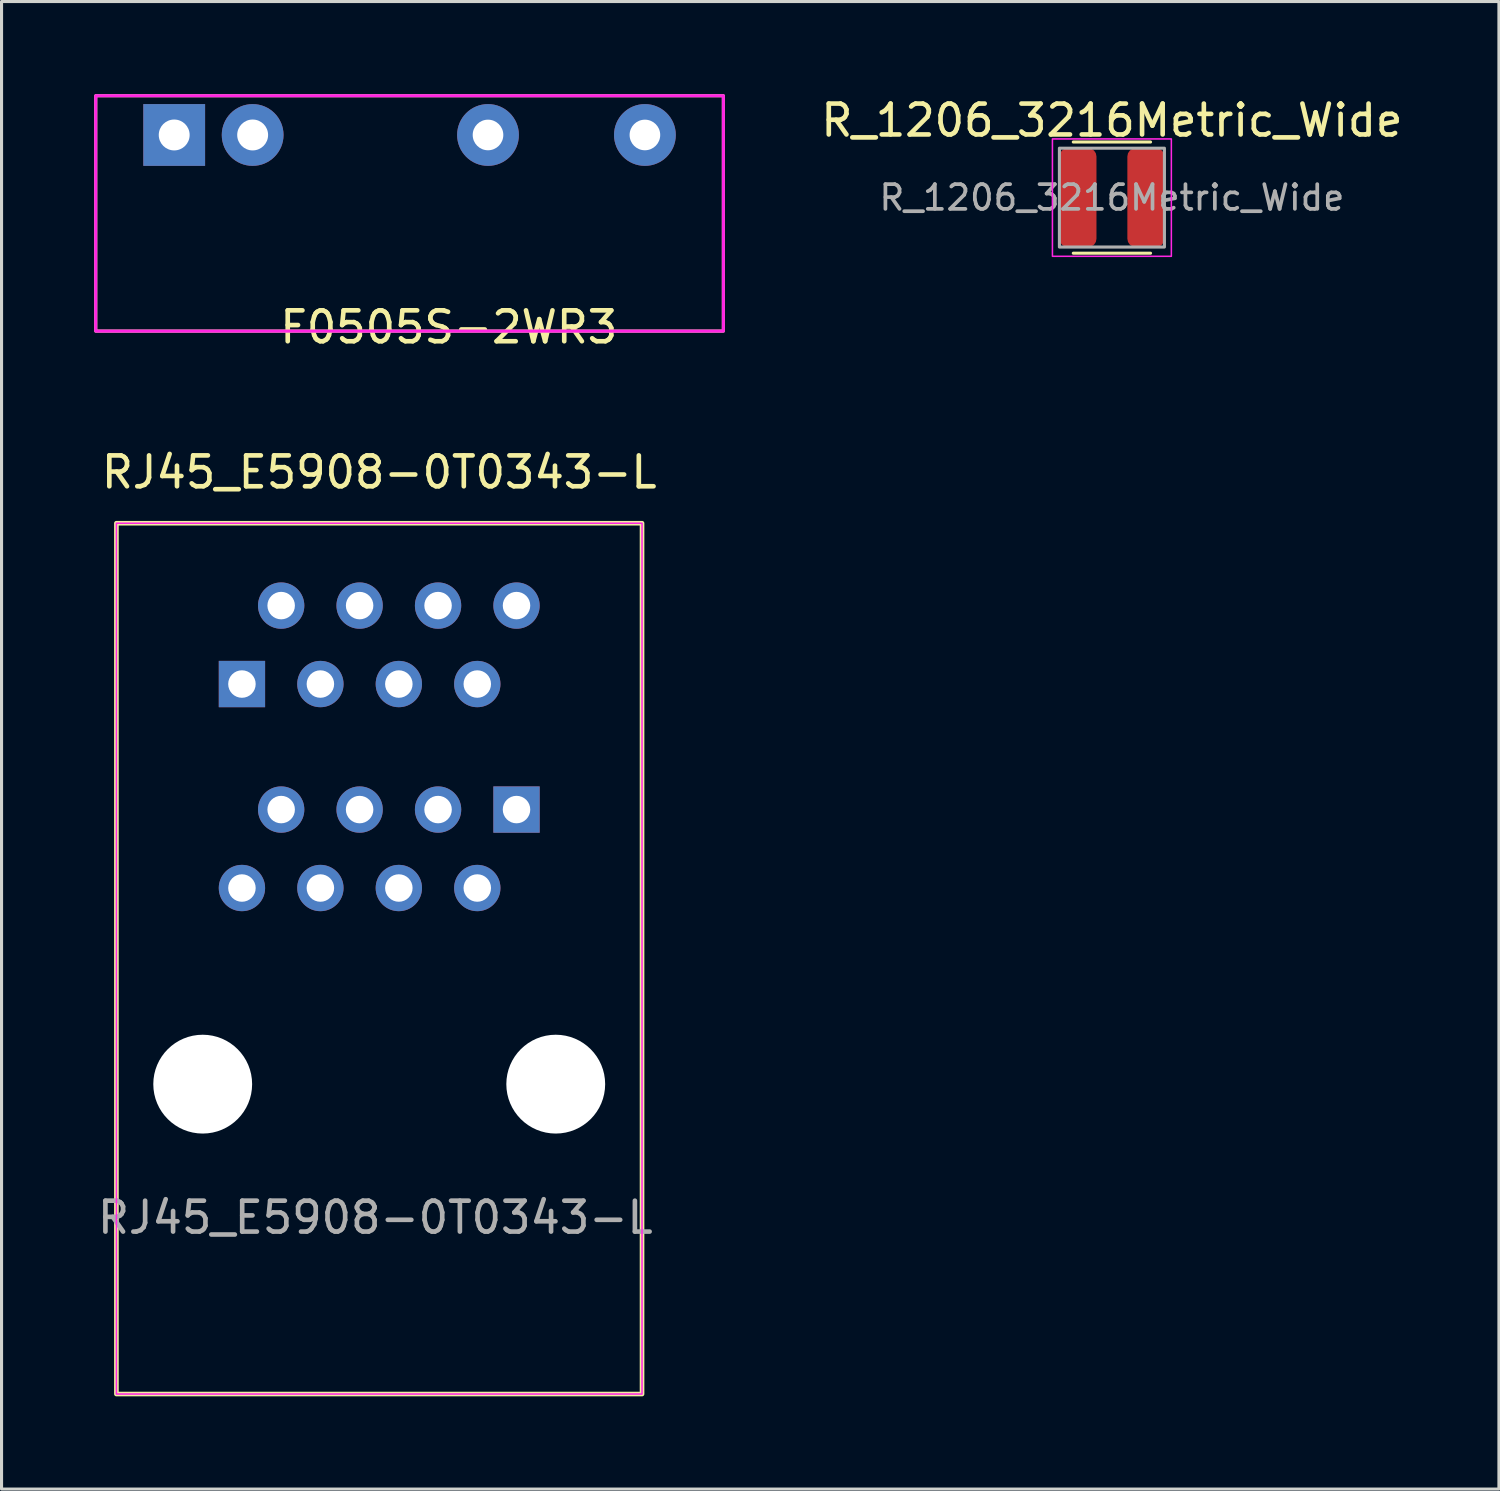
<source format=kicad_pcb>
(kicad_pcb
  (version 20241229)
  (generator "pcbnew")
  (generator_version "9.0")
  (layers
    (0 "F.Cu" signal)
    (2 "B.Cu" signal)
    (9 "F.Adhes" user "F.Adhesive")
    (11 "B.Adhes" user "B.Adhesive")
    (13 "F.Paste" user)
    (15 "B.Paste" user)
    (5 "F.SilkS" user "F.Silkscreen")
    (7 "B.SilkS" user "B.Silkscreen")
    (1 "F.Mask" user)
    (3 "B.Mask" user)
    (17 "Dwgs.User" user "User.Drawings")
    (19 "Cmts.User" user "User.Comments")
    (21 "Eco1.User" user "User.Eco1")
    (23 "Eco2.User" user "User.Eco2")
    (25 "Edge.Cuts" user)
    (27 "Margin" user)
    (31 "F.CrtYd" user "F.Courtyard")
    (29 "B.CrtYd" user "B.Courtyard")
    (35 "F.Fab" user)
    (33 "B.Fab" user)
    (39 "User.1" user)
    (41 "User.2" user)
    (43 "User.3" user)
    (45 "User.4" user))
  (footprint "R_1206_3216Metric_Wide"
    (layer "F.Cu")
    (at 32.95 3.348)
    (property "Reference" "R_1206_3216Metric_Wide" (at 0 -2.5 0) (layer "F.SilkS") (effects (font (size 1 1) (thickness 0.15))))
    (attr smd)
    (fp_line (start -1.25 -1.8) (end 1.25 -1.8) (stroke (width 0.1) (type default)) (layer "F.SilkS"))
    (fp_line (start -1.25 1.8) (end 1.25 1.8) (stroke (width 0.1) (type default)) (layer "F.SilkS"))
    (fp_rect (start -1.926 -1.9) (end 1.924 1.9) (stroke (width 0.05) (type default)) (fill no) (layer "F.CrtYd"))
    (fp_rect (start -1.7 -1.6) (end 1.7 1.6) (stroke (width 0.1) (type default)) (fill no) (layer "F.Fab"))
    (fp_text user "${REFERENCE}" (at 0 0 0) (layer "F.Fab") (effects (font (size 0.8 0.8) (thickness 0.12))))
    (pad "1" smd roundrect (at -1.1 0) (size 1.2 3.2) (layers "F.Cu" "F.Mask" "F.Paste") (roundrect_rratio 0.222))
    (pad "2" smd roundrect (at 1.1 0) (size 1.2 3.2) (layers "F.Cu" "F.Mask" "F.Paste") (roundrect_rratio 0.222)))
  (footprint "F0505S-2WR3"
    (layer "F.Cu")
    (at 2.59 1.32)
    (property "Reference" "F0505S-2WR3" (at 8.89 6.223 0) (unlocked yes) (layer "F.SilkS") (effects (font (size 1 1) (thickness 0.15))))
    (attr through_hole)
    (fp_rect (start 17.78 -1.27) (end -2.54 6.35) (stroke (width 0.1) (type default)) (fill no) (layer "F.SilkS"))
    (fp_rect (start 17.78 -1.27) (end -2.54 6.35) (stroke (width 0.1) (type default)) (fill no) (layer "F.CrtYd"))
    (pad "1" thru_hole rect (at 0 0) (size 2 2) (drill 1) (layers "*.Cu" "*.Mask"))
    (pad "2" thru_hole circle (at 2.54 0) (size 2 2) (drill 1) (layers "*.Cu" "*.Mask"))
    (pad "5" thru_hole circle (at 10.16 0) (size 2 2) (drill 0.991) (layers "*.Cu" "*.Mask"))
    (pad "7" thru_hole circle (at 15.24 0) (size 2 2) (drill 0.991) (layers "*.Cu" "*.Mask")))
  (footprint "RJ45_E5908-0T0343-L"
    (layer "F.Cu")
    (at 9.228 32.051)
    (property "Reference" "RJ45_E5908-0T0343-L" (at 0 -19.812 180) (layer "F.SilkS") (effects (font (size 1 1) (thickness 0.15))))
    (attr through_hole)
    (fp_rect (start -8.509 -18.161) (end 8.509 10.033) (stroke (width 0.15) (type default)) (fill no) (layer "F.SilkS"))
    (fp_rect (start -8.509 -18.161) (end 8.509 10.033) (stroke (width 0.05) (type default)) (fill no) (layer "F.CrtYd"))
    (fp_text user "${REFERENCE}" (at -0.127 4.318 180) (layer "F.Fab") (effects (font (size 1 1) (thickness 0.15))))
    (pad "" np_thru_hole circle (at -5.715 0) (size 3.2 3.2) (drill 3.2) (layers "*.Cu" "*.Mask"))
    (pad "" np_thru_hole circle (at 5.715 0) (size 3.2 3.2) (drill 3.2) (layers "*.Cu" "*.Mask"))
    (pad "1" thru_hole circle (at -4.445 -6.35) (size 1.5 1.5) (drill 0.89) (layers "*.Cu" "*.Mask"))
    (pad "1" thru_hole circle (at 4.445 -15.494) (size 1.5 1.5) (drill 0.89) (layers "*.Cu" "*.Mask"))
    (pad "2" thru_hole circle (at -3.175 -8.89) (size 1.5 1.5) (drill 0.89) (layers "*.Cu" "*.Mask"))
    (pad "2" thru_hole circle (at 3.175 -12.954) (size 1.5 1.5) (drill 0.89) (layers "*.Cu" "*.Mask"))
    (pad "3" thru_hole circle (at -1.905 -6.35) (size 1.5 1.5) (drill 0.89) (layers "*.Cu" "*.Mask"))
    (pad "3" thru_hole circle (at 1.905 -15.494) (size 1.5 1.5) (drill 0.89) (layers "*.Cu" "*.Mask"))
    (pad "4" thru_hole circle (at -0.635 -8.89) (size 1.5 1.5) (drill 0.89) (layers "*.Cu" "*.Mask"))
    (pad "4" thru_hole circle (at 0.635 -12.954) (size 1.5 1.5) (drill 0.89) (layers "*.Cu" "*.Mask"))
    (pad "5" thru_hole circle (at -0.635 -15.494) (size 1.5 1.5) (drill 0.89) (layers "*.Cu" "*.Mask"))
    (pad "5" thru_hole circle (at 0.635 -6.35) (size 1.5 1.5) (drill 0.89) (layers "*.Cu" "*.Mask"))
    (pad "6" thru_hole circle (at -1.905 -12.954) (size 1.5 1.5) (drill 0.89) (layers "*.Cu" "*.Mask"))
    (pad "6" thru_hole circle (at 1.905 -8.89) (size 1.5 1.5) (drill 0.89) (layers "*.Cu" "*.Mask"))
    (pad "7" thru_hole circle (at -3.175 -15.494) (size 1.5 1.5) (drill 0.89) (layers "*.Cu" "*.Mask"))
    (pad "7" thru_hole circle (at 3.175 -6.35) (size 1.5 1.5) (drill 0.89) (layers "*.Cu" "*.Mask"))
    (pad "8" thru_hole rect (at -4.445 -12.954) (size 1.5 1.5) (drill 0.89) (layers "*.Cu" "*.Mask"))
    (pad "8" thru_hole rect (at 4.445 -8.89) (size 1.5 1.5) (drill 0.89) (layers "*.Cu" "*.Mask")))
  (gr_rect
    (start -3 -3)
    (end 45.48 45.16)
    (stroke (width 0.1) (type default))
    (fill no)
    (layer "Edge.Cuts")))
</source>
